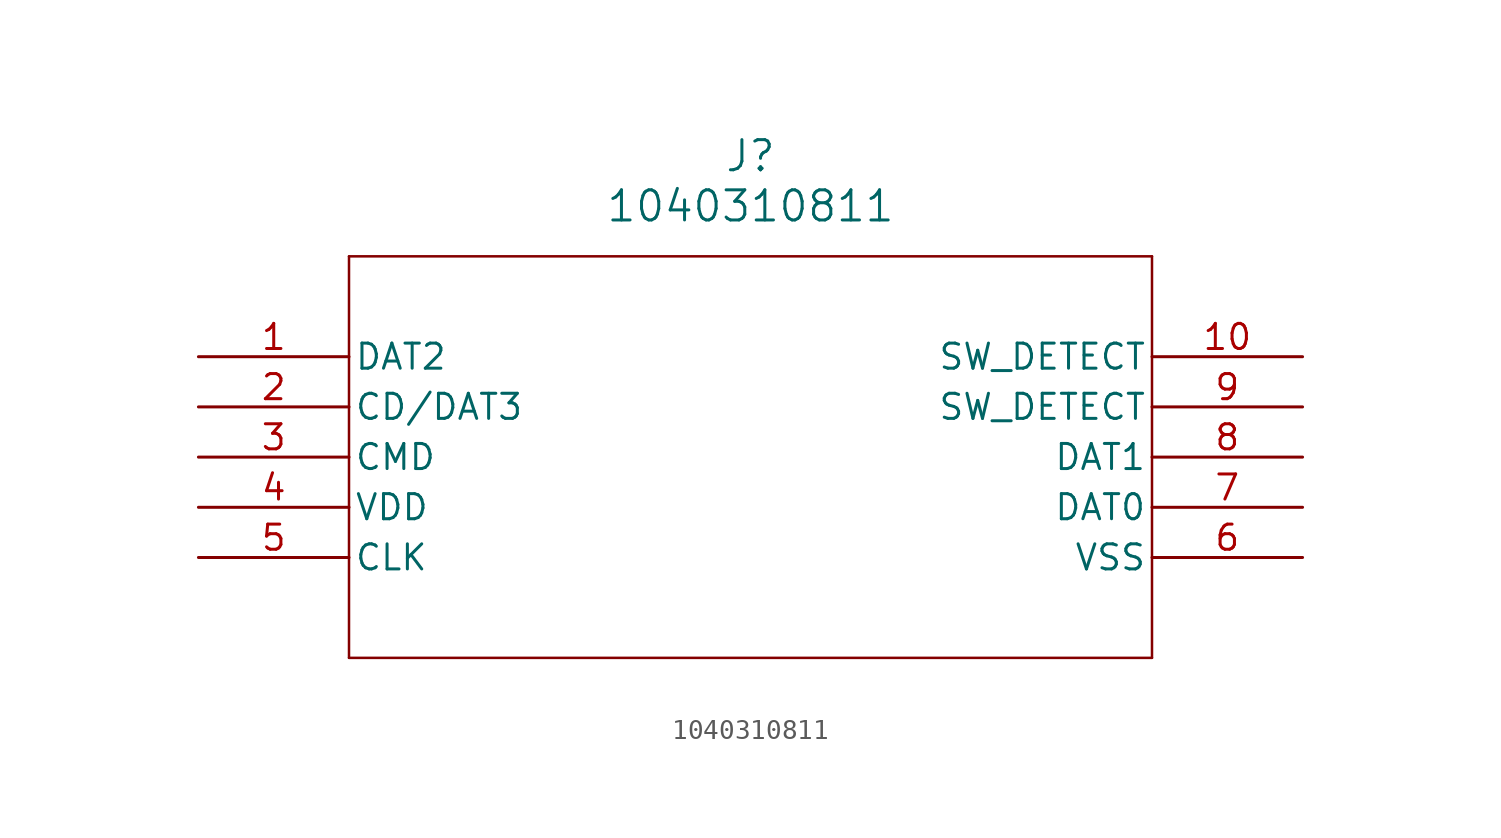
<source format=kicad_sym>
(kicad_symbol_lib
  (version 20211014)
  (generator kicad_symbol_editor)
  (symbol "1040310811"
    (pin_names
      (offset 0.254))
    (property "Reference" "J"
      (at 27.94 10.16 0)
      (effects (font (size 1.524 1.524))))
    (property "Value" "1040310811"
      (at 27.94 7.62 0)
      (effects (font (size 1.524 1.524))))
    (symbol "1040310811_0_1"
      (polyline (pts (xy 7.62 5.08) (xy 7.62 -15.24)) (stroke (width 0.127) (type default) (color 0 0 0 0)) (fill (type none)))
      (polyline (pts (xy 7.62 -15.24) (xy 48.26 -15.24)) (stroke (width 0.127) (type default) (color 0 0 0 0)) (fill (type none)))
      (polyline (pts (xy 48.26 -15.24) (xy 48.26 5.08)) (stroke (width 0.127) (type default) (color 0 0 0 0)) (fill (type none)))
      (polyline (pts (xy 48.26 5.08) (xy 7.62 5.08)) (stroke (width 0.127) (type default) (color 0 0 0 0)) (fill (type none)))
      (pin bidirectional line (at 0 0 0) (length 7.62) (name "DAT2" (effects (font (size 1.27 1.27)))) (number "1" (effects (font (size 1.27 1.27)))))
      (pin bidirectional line (at 0 -2.54 0) (length 7.62) (name "CD/DAT3" (effects (font (size 1.27 1.27)))) (number "2" (effects (font (size 1.27 1.27)))))
      (pin unspecified line (at 0 -5.08 0) (length 7.62) (name "CMD" (effects (font (size 1.27 1.27)))) (number "3" (effects (font (size 1.27 1.27)))))
      (pin power_in line (at 0 -7.62 0) (length 7.62) (name "VDD" (effects (font (size 1.27 1.27)))) (number "4" (effects (font (size 1.27 1.27)))))
      (pin unspecified line (at 0 -10.16 0) (length 7.62) (name "CLK" (effects (font (size 1.27 1.27)))) (number "5" (effects (font (size 1.27 1.27)))))
      (pin power_out line (at 55.88 -10.16 180) (length 7.62) (name "VSS" (effects (font (size 1.27 1.27)))) (number "6" (effects (font (size 1.27 1.27)))))
      (pin bidirectional line (at 55.88 -7.62 180) (length 7.62) (name "DAT0" (effects (font (size 1.27 1.27)))) (number "7" (effects (font (size 1.27 1.27)))))
      (pin bidirectional line (at 55.88 -5.08 180) (length 7.62) (name "DAT1" (effects (font (size 1.27 1.27)))) (number "8" (effects (font (size 1.27 1.27)))))
      (pin unspecified line (at 55.88 -2.54 180) (length 7.62) (name "SW_DETECT" (effects (font (size 1.27 1.27)))) (number "9" (effects (font (size 1.27 1.27)))))
      (pin unspecified line (at 55.88 0 180) (length 7.62) (name "SW_DETECT" (effects (font (size 1.27 1.27)))) (number "10" (effects (font (size 1.27 1.27))))))))
</source>
